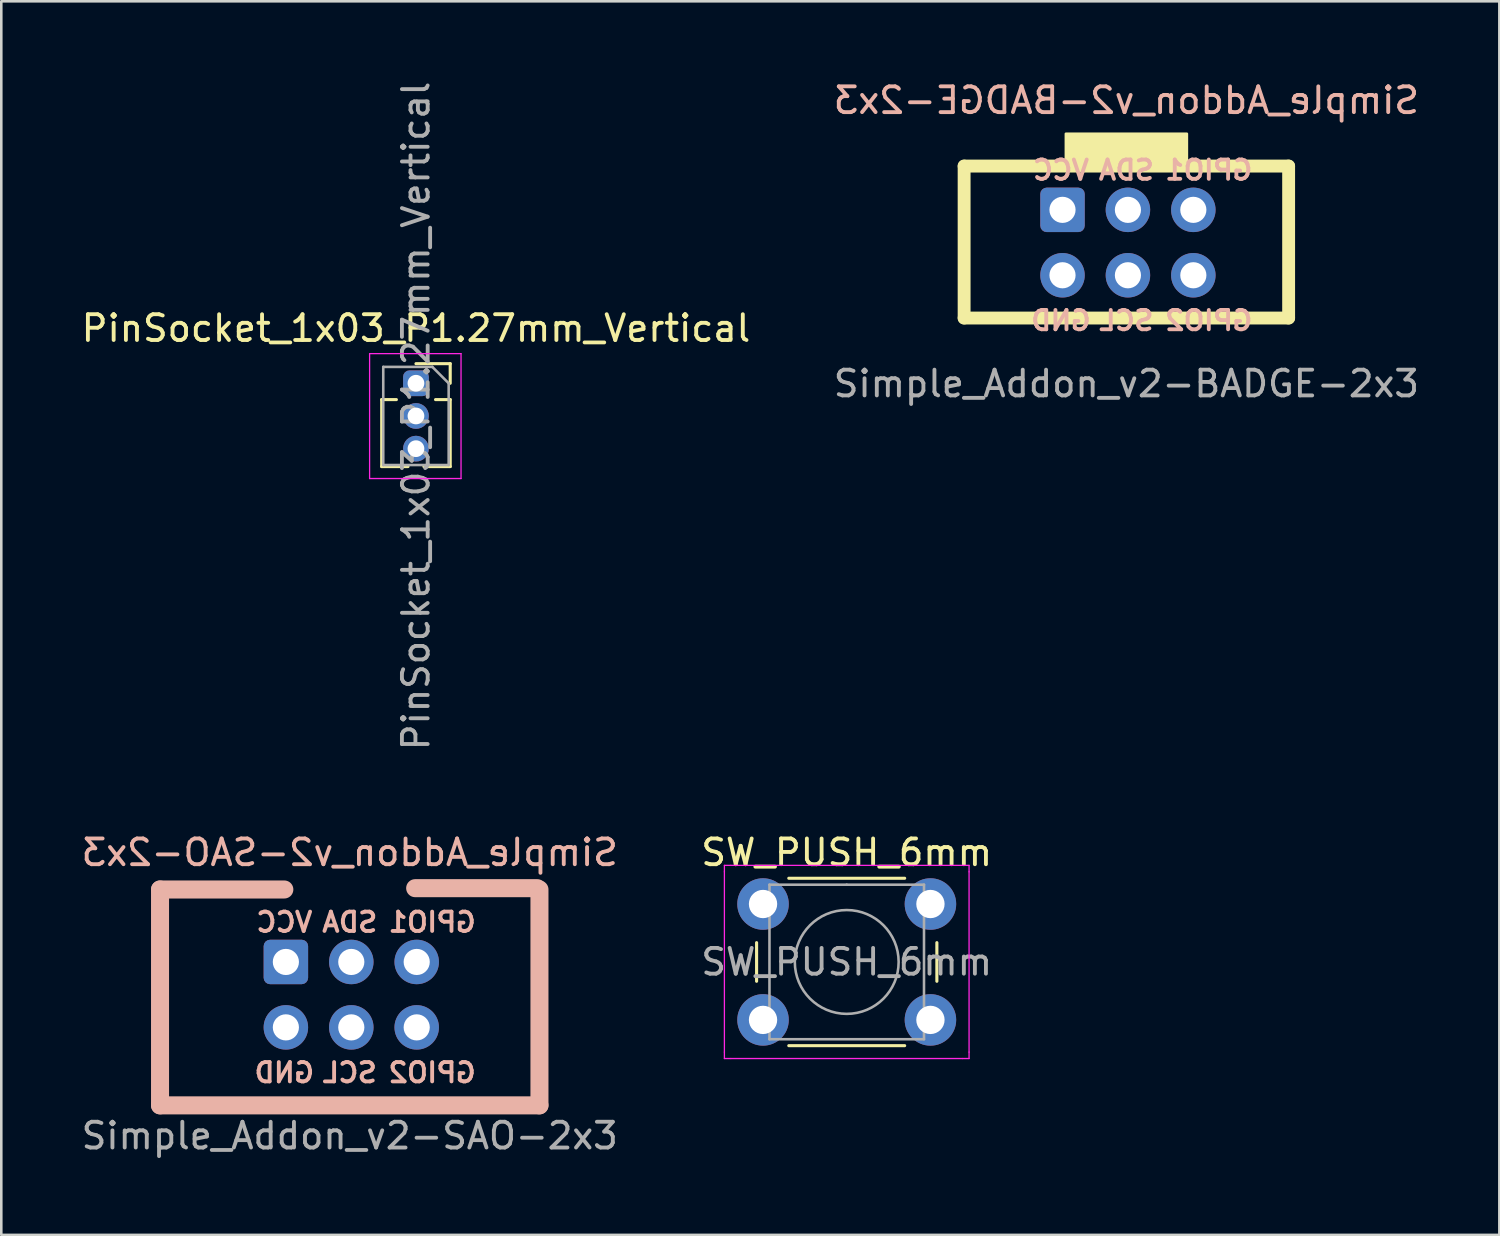
<source format=kicad_pcb>
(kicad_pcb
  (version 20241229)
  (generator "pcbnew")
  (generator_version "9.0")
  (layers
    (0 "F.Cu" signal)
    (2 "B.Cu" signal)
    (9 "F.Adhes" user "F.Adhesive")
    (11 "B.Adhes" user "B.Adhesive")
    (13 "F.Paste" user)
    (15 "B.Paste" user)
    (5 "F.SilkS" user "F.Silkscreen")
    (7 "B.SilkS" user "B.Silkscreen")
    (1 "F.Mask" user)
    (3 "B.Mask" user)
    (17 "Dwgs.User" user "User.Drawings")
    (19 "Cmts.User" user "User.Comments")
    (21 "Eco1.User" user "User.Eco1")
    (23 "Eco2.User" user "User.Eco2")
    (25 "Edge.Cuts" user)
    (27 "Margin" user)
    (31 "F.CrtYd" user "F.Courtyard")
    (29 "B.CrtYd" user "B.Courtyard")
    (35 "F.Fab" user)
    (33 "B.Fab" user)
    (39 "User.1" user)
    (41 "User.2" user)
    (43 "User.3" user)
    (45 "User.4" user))
  (footprint "SW_PUSH_6mm"
    (layer "F.Cu")
    (at 26.577 32.051)
    (property "Reference" "SW_PUSH_6mm" (at 3.25 -2 0) (layer "F.SilkS") (effects (font (size 1 1) (thickness 0.15))))
    (attr through_hole)
    (fp_line (start -0.25 1.5) (end -0.25 3) (stroke (width 0.12) (type solid)) (layer "F.SilkS"))
    (fp_line (start 1 5.5) (end 5.5 5.5) (stroke (width 0.12) (type solid)) (layer "F.SilkS"))
    (fp_line (start 5.5 -1) (end 1 -1) (stroke (width 0.12) (type solid)) (layer "F.SilkS"))
    (fp_line (start 6.75 3) (end 6.75 1.5) (stroke (width 0.12) (type solid)) (layer "F.SilkS"))
    (fp_line (start -1.5 -1.5) (end -1.25 -1.5) (stroke (width 0.05) (type solid)) (layer "F.CrtYd"))
    (fp_line (start -1.5 -1.25) (end -1.5 -1.5) (stroke (width 0.05) (type solid)) (layer "F.CrtYd"))
    (fp_line (start -1.5 5.75) (end -1.5 -1.25) (stroke (width 0.05) (type solid)) (layer "F.CrtYd"))
    (fp_line (start -1.5 5.75) (end -1.5 6) (stroke (width 0.05) (type solid)) (layer "F.CrtYd"))
    (fp_line (start -1.5 6) (end -1.25 6) (stroke (width 0.05) (type solid)) (layer "F.CrtYd"))
    (fp_line (start -1.25 -1.5) (end 7.75 -1.5) (stroke (width 0.05) (type solid)) (layer "F.CrtYd"))
    (fp_line (start 7.75 -1.5) (end 8 -1.5) (stroke (width 0.05) (type solid)) (layer "F.CrtYd"))
    (fp_line (start 7.75 6) (end -1.25 6) (stroke (width 0.05) (type solid)) (layer "F.CrtYd"))
    (fp_line (start 7.75 6) (end 8 6) (stroke (width 0.05) (type solid)) (layer "F.CrtYd"))
    (fp_line (start 8 -1.5) (end 8 -1.25) (stroke (width 0.05) (type solid)) (layer "F.CrtYd"))
    (fp_line (start 8 -1.25) (end 8 5.75) (stroke (width 0.05) (type solid)) (layer "F.CrtYd"))
    (fp_line (start 8 6) (end 8 5.75) (stroke (width 0.05) (type solid)) (layer "F.CrtYd"))
    (fp_line (start 0.25 -0.75) (end 3.25 -0.75) (stroke (width 0.1) (type solid)) (layer "F.Fab"))
    (fp_line (start 0.25 5.25) (end 0.25 -0.75) (stroke (width 0.1) (type solid)) (layer "F.Fab"))
    (fp_line (start 3.25 -0.75) (end 6.25 -0.75) (stroke (width 0.1) (type solid)) (layer "F.Fab"))
    (fp_line (start 6.25 -0.75) (end 6.25 5.25) (stroke (width 0.1) (type solid)) (layer "F.Fab"))
    (fp_line (start 6.25 5.25) (end 0.25 5.25) (stroke (width 0.1) (type solid)) (layer "F.Fab"))
    (fp_circle (center 3.25 2.25) (end 1.25 2.5) (stroke (width 0.1) (type solid)) (fill no) (layer "F.Fab"))
    (fp_text user "${REFERENCE}" (at 3.25 2.25 0) (layer "F.Fab") (effects (font (size 1 1) (thickness 0.15))))
    (pad "1" thru_hole circle (at 0 0 90) (size 2 2) (drill 1.1) (layers "*.Cu" "*.Mask"))
    (pad "1" thru_hole circle (at 6.5 0 90) (size 2 2) (drill 1.1) (layers "*.Cu" "*.Mask"))
    (pad "2" thru_hole circle (at 0 4.5 90) (size 2 2) (drill 1.1) (layers "*.Cu" "*.Mask"))
    (pad "2" thru_hole circle (at 6.5 4.5 90) (size 2 2) (drill 1.1) (layers "*.Cu" "*.Mask")))
  (footprint "PinSocket_1x03_P1.27mm_Vertical"
    (layer "F.Cu")
    (at 13.101 11.831)
    (property "Reference" "PinSocket_1x03_P1.27mm_Vertical" (at 0 -2.135 0) (layer "F.SilkS") (effects (font (size 1 1) (thickness 0.15))))
    (attr through_hole)
    (fp_line (start -1.33 0.635) (end -1.33 3.235) (stroke (width 0.12) (type solid)) (layer "F.SilkS"))
    (fp_line (start -1.33 0.635) (end -0.76 0.635) (stroke (width 0.12) (type solid)) (layer "F.SilkS"))
    (fp_line (start -1.33 3.235) (end -0.308 3.235) (stroke (width 0.12) (type solid)) (layer "F.SilkS"))
    (fp_line (start 0 -0.76) (end 1.33 -0.76) (stroke (width 0.12) (type solid)) (layer "F.SilkS"))
    (fp_line (start 0.308 3.235) (end 1.33 3.235) (stroke (width 0.12) (type solid)) (layer "F.SilkS"))
    (fp_line (start 0.76 0.635) (end 1.33 0.635) (stroke (width 0.12) (type solid)) (layer "F.SilkS"))
    (fp_line (start 1.33 -0.76) (end 1.33 0) (stroke (width 0.12) (type solid)) (layer "F.SilkS"))
    (fp_line (start 1.33 0.635) (end 1.33 3.235) (stroke (width 0.12) (type solid)) (layer "F.SilkS"))
    (fp_line (start -1.8 -1.15) (end 1.75 -1.15) (stroke (width 0.05) (type solid)) (layer "F.CrtYd"))
    (fp_line (start -1.8 3.7) (end -1.8 -1.15) (stroke (width 0.05) (type solid)) (layer "F.CrtYd"))
    (fp_line (start 1.75 -1.15) (end 1.75 3.7) (stroke (width 0.05) (type solid)) (layer "F.CrtYd"))
    (fp_line (start 1.75 3.7) (end -1.8 3.7) (stroke (width 0.05) (type solid)) (layer "F.CrtYd"))
    (fp_line (start -1.27 -0.635) (end 0.635 -0.635) (stroke (width 0.1) (type solid)) (layer "F.Fab"))
    (fp_line (start -1.27 3.175) (end -1.27 -0.635) (stroke (width 0.1) (type solid)) (layer "F.Fab"))
    (fp_line (start 0.635 -0.635) (end 1.27 0) (stroke (width 0.1) (type solid)) (layer "F.Fab"))
    (fp_line (start 1.27 0) (end 1.27 3.175) (stroke (width 0.1) (type solid)) (layer "F.Fab"))
    (fp_line (start 1.27 3.175) (end -1.27 3.175) (stroke (width 0.1) (type solid)) (layer "F.Fab"))
    (fp_text user "${REFERENCE}" (at 0 1.27 90) (layer "F.Fab") (effects (font (size 1 1) (thickness 0.15))))
    (pad "1" thru_hole roundrect (at 0 0) (size 1 1) (drill 0.65) (layers "*.Cu" "*.Mask") (roundrect_rratio 0.25))
    (pad "2" thru_hole oval (at 0 1.27) (size 1 1) (drill 0.65) (layers "*.Cu" "*.Mask"))
    (pad "3" thru_hole oval (at 0 2.54) (size 1 1) (drill 0.65) (layers "*.Cu" "*.Mask")))
  (footprint "Simple_Addon_v2-SAO-2x3"
    (layer "F.Cu")
    (at 10.53 35.551)
    (property "Reference" "Simple_Addon_v2-SAO-2x3" (at 0 -5.5 0) (layer "B.SilkS") (effects (font (size 1 1) (thickness 0.15)) (justify mirror)))
    (attr through_hole)
    (fp_line (start -7.366 -4.064) (end -7.366 4.318) (stroke (width 0.7) (type solid)) (layer "B.SilkS"))
    (fp_line (start -7.366 4.318) (end 7.366 4.318) (stroke (width 0.7) (type solid)) (layer "B.SilkS"))
    (fp_line (start -2.54 -4.064) (end -7.366 -4.064) (stroke (width 0.7) (type solid)) (layer "B.SilkS"))
    (fp_line (start 7.28 -4.115) (end 2.54 -4.115) (stroke (width 0.7) (type solid)) (layer "B.SilkS"))
    (fp_line (start 7.366 4.318) (end 7.366 -4.064) (stroke (width 0.7) (type solid)) (layer "B.SilkS"))
    (fp_text user "GPIO2" (at 3.2 3.048 0) (layer "B.SilkS") (effects (font (size 0.75 0.75) (thickness 0.15)) (justify mirror)))
    (fp_text user "GPIO1" (at 3.2 -2.794 0) (unlocked yes) (layer "B.SilkS") (effects (font (size 0.75 0.75) (thickness 0.15)) (justify mirror)))
    (fp_text user "GND" (at -2.54 3.048 0) (unlocked yes) (layer "B.SilkS") (effects (font (size 0.75 0.75) (thickness 0.15)) (justify mirror)))
    (fp_text user "SDA" (at 0 -2.794 0) (unlocked yes) (layer "B.SilkS") (effects (font (size 0.75 0.75) (thickness 0.15)) (justify mirror)))
    (fp_text user "VCC" (at -2.54 -2.794 0) (unlocked yes) (layer "B.SilkS") (effects (font (size 0.75 0.75) (thickness 0.15)) (justify mirror)))
    (fp_text user "SCL" (at 0 3.048 0) (layer "B.SilkS") (effects (font (size 0.75 0.75) (thickness 0.15)) (justify mirror)))
    (fp_text user "${REFERENCE}" (at 0 5.5 0) (layer "F.Fab") (effects (font (size 1 1) (thickness 0.15))))
    (pad "1" thru_hole roundrect (at -2.48 -1.25 270) (size 1.727 1.727) (drill 1.016) (layers "*.Cu" "*.Mask") (roundrect_rratio 0.145))
    (pad "2" thru_hole circle (at -2.48 1.29 270) (size 1.727 1.727) (drill 1.016) (layers "*.Cu" "*.Mask"))
    (pad "3" thru_hole oval (at 0.06 -1.25 270) (size 1.727 1.727) (drill 1.016) (layers "*.Cu" "*.Mask"))
    (pad "4" thru_hole oval (at 0.06 1.29 270) (size 1.727 1.727) (drill 1.016) (layers "*.Cu" "*.Mask"))
    (pad "5" thru_hole circle (at 2.6 -1.25 270) (size 1.727 1.727) (drill 1.016) (layers "*.Cu" "*.Mask"))
    (pad "6" thru_hole circle (at 2.6 1.29 270) (size 1.727 1.727) (drill 1.016) (layers "*.Cu" "*.Mask")))
  (footprint "Simple_Addon_v2-BADGE-2x3"
    (layer "F.Cu")
    (at 40.685 6.348)
    (property "Reference" "Simple_Addon_v2-BADGE-2x3" (at 0 -5.5 0) (layer "B.SilkS") (effects (font (size 1 1) (thickness 0.15)) (justify mirror)))
    (attr through_hole)
    (fp_line (start -6.3 -2.95) (end 6.3 -2.95) (stroke (width 0.5) (type solid)) (layer "F.SilkS"))
    (fp_line (start -6.3 2.95) (end -6.3 -2.95) (stroke (width 0.5) (type solid)) (layer "F.SilkS"))
    (fp_line (start 6.3 -2.95) (end 6.3 2.95) (stroke (width 0.5) (type solid)) (layer "F.SilkS"))
    (fp_line (start 6.3 2.95) (end -6.3 2.95) (stroke (width 0.5) (type solid)) (layer "F.SilkS"))
    (fp_poly (pts (xy 2.349 -3.061) (xy -2.349 -3.061) (xy -2.349 -4.204) (xy 2.349 -4.204)) (stroke (width 0.1) (type solid)) (fill yes) (layer "F.SilkS"))
    (fp_text user "SDA" (at 0 -2.794 0) (layer "B.SilkS") (effects (font (size 0.75 0.75) (thickness 0.15)) (justify mirror)))
    (fp_text user "VCC" (at -2.54 -2.794 0) (layer "B.SilkS") (effects (font (size 0.75 0.75) (thickness 0.15)) (justify mirror)))
    (fp_text user "SCL" (at 0 3.048 0) (layer "B.SilkS") (effects (font (size 0.75 0.75) (thickness 0.15)) (justify mirror)))
    (fp_text user "GPIO2" (at 3.2 3.048 0) (layer "B.SilkS") (effects (font (size 0.75 0.75) (thickness 0.15)) (justify mirror)))
    (fp_text user "GPIO1" (at 3.2 -2.794 0) (layer "B.SilkS") (effects (font (size 0.75 0.75) (thickness 0.15)) (justify mirror)))
    (fp_text user "GND" (at -2.54 3.048 0) (layer "B.SilkS") (effects (font (size 0.75 0.75) (thickness 0.15)) (justify mirror)))
    (fp_text user "${REFERENCE}" (at 0 5.5 0) (layer "F.Fab") (effects (font (size 1 1) (thickness 0.15))))
    (pad "1" thru_hole roundrect (at -2.48 -1.25 270) (size 1.727 1.727) (drill 1.016) (layers "*.Cu" "*.Mask") (roundrect_rratio 0.145))
    (pad "2" thru_hole circle (at -2.48 1.29 270) (size 1.727 1.727) (drill 1.016) (layers "*.Cu" "*.Mask"))
    (pad "3" thru_hole oval (at 0.06 -1.25 270) (size 1.727 1.727) (drill 1.016) (layers "*.Cu" "*.Mask"))
    (pad "4" thru_hole oval (at 0.06 1.29 270) (size 1.727 1.727) (drill 1.016) (layers "*.Cu" "*.Mask"))
    (pad "5" thru_hole circle (at 2.6 -1.25 270) (size 1.727 1.727) (drill 1.016) (layers "*.Cu" "*.Mask"))
    (pad "6" thru_hole circle (at 2.6 1.29 270) (size 1.727 1.727) (drill 1.016) (layers "*.Cu" "*.Mask")))
  (gr_rect
    (start -3 -3)
    (end 55.167 44.899)
    (stroke (width 0.1) (type default))
    (fill no)
    (layer "Edge.Cuts")))
</source>
